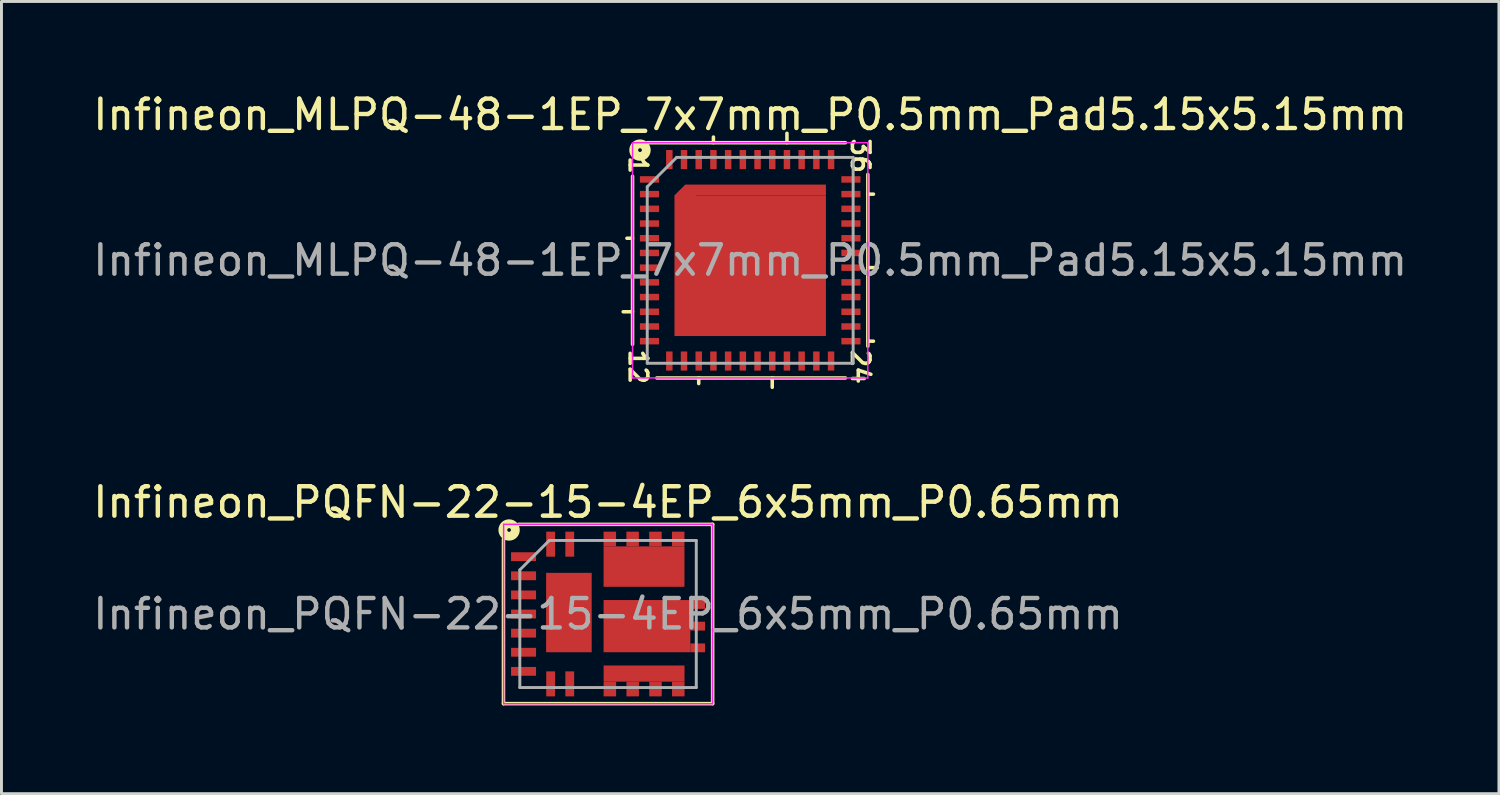
<source format=kicad_pcb>
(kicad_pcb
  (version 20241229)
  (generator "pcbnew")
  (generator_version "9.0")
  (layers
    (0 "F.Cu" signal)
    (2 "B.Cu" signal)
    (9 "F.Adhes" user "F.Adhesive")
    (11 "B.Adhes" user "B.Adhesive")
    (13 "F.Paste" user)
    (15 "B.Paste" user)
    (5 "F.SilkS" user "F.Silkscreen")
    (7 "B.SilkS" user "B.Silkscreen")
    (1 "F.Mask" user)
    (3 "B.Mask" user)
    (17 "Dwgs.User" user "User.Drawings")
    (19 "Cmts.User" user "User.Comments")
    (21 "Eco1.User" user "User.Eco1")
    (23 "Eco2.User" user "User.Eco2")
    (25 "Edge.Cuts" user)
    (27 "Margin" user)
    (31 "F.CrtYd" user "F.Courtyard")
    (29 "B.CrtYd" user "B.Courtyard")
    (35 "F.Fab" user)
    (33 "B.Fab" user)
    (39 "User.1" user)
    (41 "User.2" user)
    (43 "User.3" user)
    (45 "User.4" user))
  (footprint "Infineon_PQFN-22-15-4EP_6x5mm_P0.65mm"
    (layer "F.Cu")
    (at 17.625 17.828)
    (property "Reference" "Infineon_PQFN-22-15-4EP_6x5mm_P0.65mm" (at 0 -3.8 0) (layer "F.SilkS") (effects (font (size 1 1) (thickness 0.15))))
    (attr smd)
    (fp_line (start -3.556 -2.54) (end -3.556 3.048) (stroke (width 0.12) (type solid)) (layer "F.SilkS"))
    (fp_line (start -3.556 3.048) (end 3.556 3.048) (stroke (width 0.12) (type solid)) (layer "F.SilkS"))
    (fp_line (start 3.556 -3.048) (end -3.048 -3.048) (stroke (width 0.12) (type solid)) (layer "F.SilkS"))
    (fp_line (start 3.556 3.048) (end 3.556 -3.048) (stroke (width 0.12) (type solid)) (layer "F.SilkS"))
    (fp_circle (center -3.365 -2.857) (end -3.302 -2.857) (stroke (width 0.3) (type solid)) (fill no) (layer "F.SilkS"))
    (fp_line (start -3.55 -3.05) (end -3.55 3.05) (stroke (width 0.05) (type solid)) (layer "F.CrtYd"))
    (fp_line (start -3.55 3.05) (end 3.55 3.05) (stroke (width 0.05) (type solid)) (layer "F.CrtYd"))
    (fp_line (start 3.55 -3.05) (end -3.55 -3.05) (stroke (width 0.05) (type solid)) (layer "F.CrtYd"))
    (fp_line (start 3.55 3.05) (end 3.55 -3.05) (stroke (width 0.05) (type solid)) (layer "F.CrtYd"))
    (fp_line (start -3 2.5) (end -3 -1.5) (stroke (width 0.1) (type solid)) (layer "F.Fab"))
    (fp_line (start -2 -2.5) (end -3 -1.5) (stroke (width 0.1) (type solid)) (layer "F.Fab"))
    (fp_line (start -2 -2.5) (end 3 -2.5) (stroke (width 0.1) (type solid)) (layer "F.Fab"))
    (fp_line (start 3 -2.5) (end 3 2.5) (stroke (width 0.1) (type solid)) (layer "F.Fab"))
    (fp_line (start 3 2.5) (end -3 2.5) (stroke (width 0.1) (type solid)) (layer "F.Fab"))
    (fp_text user "${REFERENCE}" (at 0 0 0) (layer "F.Fab") (effects (font (size 1 1) (thickness 0.15))))
    (pad "" smd rect (at -2.873 -1.95) (size 0.8 0.27) (layers "F.Paste"))
    (pad "" smd rect (at -2.873 -1.3) (size 0.8 0.27) (layers "F.Paste"))
    (pad "" smd rect (at -2.873 -0.65) (size 0.8 0.27) (layers "F.Paste"))
    (pad "" smd rect (at -2.873 0) (size 0.8 0.27) (layers "F.Paste"))
    (pad "" smd rect (at -2.873 0.65) (size 0.8 0.27) (layers "F.Paste"))
    (pad "" smd rect (at -2.873 1.3) (size 0.8 0.27) (layers "F.Paste"))
    (pad "" smd rect (at -2.873 1.95) (size 0.8 0.27) (layers "F.Paste"))
    (pad "" smd rect (at -1.952 -2.37) (size 0.27 0.8) (layers "F.Paste"))
    (pad "" smd rect (at -1.952 2.37) (size 0.27 0.8) (layers "F.Paste"))
    (pad "" smd rect (at -1.752 -0.795) (size 0.7 1.22) (layers "F.Paste"))
    (pad "" smd rect (at -1.752 0.695) (size 0.7 1.22) (layers "F.Paste"))
    (pad "" smd rect (at -1.302 -2.37) (size 0.27 0.8) (layers "F.Paste"))
    (pad "" smd rect (at -1.302 2.37) (size 0.27 0.8) (layers "F.Paste"))
    (pad "" smd rect (at -0.902 -0.795) (size 0.7 1.22) (layers "F.Paste"))
    (pad "" smd rect (at -0.902 0.695) (size 0.7 1.22) (layers "F.Paste"))
    (pad "" smd rect (at 0.06 -2.4) (size 0.425 0.625) (layers "F.Paste"))
    (pad "" smd rect (at 0.062 2.22) (size 0.425 0.95) (layers "F.Paste"))
    (pad "" smd rect (at 0.468 0.412) (size 1.24 1.78) (layers "F.Paste"))
    (pad "" smd rect (at 0.527 -1.45) (size 1.25 0.96) (layers "F.Paste"))
    (pad "" smd rect (at 0.836 -2.4) (size 0.425 0.625) (layers "F.Paste"))
    (pad "" smd rect (at 0.838 2.22) (size 0.425 0.95) (layers "F.Paste"))
    (pad "" smd rect (at 1.611 -2.4) (size 0.425 0.625) (layers "F.Paste"))
    (pad "" smd rect (at 1.613 2.22) (size 0.425 0.95) (layers "F.Paste"))
    (pad "" smd rect (at 1.847 0.412) (size 1.24 1.78) (layers "F.Paste"))
    (pad "" smd rect (at 1.927 -1.45) (size 1.25 0.96) (layers "F.Paste"))
    (pad "" smd rect (at 2.385 -2.4) (size 0.425 0.625) (layers "F.Paste"))
    (pad "" smd rect (at 2.388 2.22) (size 0.425 0.95) (layers "F.Paste"))
    (pad "" smd rect (at 2.908 -0.328) (size 0.625 0.29) (layers "F.Paste"))
    (pad "" smd rect (at 2.908 0.412) (size 0.625 0.29) (layers "F.Paste"))
    (pad "" smd rect (at 2.908 1.153) (size 0.625 0.29) (layers "F.Paste"))
    (pad "1" smd rect (at -2.873 -1.95) (size 0.85 0.3) (layers "F.Cu" "F.Mask"))
    (pad "2" smd rect (at -2.873 -1.3) (size 0.85 0.3) (layers "F.Cu" "F.Mask"))
    (pad "3" smd rect (at -2.873 -0.65) (size 0.85 0.3) (layers "F.Cu" "F.Mask"))
    (pad "4" smd rect (at -2.873 0) (size 0.85 0.3) (layers "F.Cu" "F.Mask"))
    (pad "5" smd rect (at -2.873 0.65) (size 0.85 0.3) (layers "F.Cu" "F.Mask"))
    (pad "6" smd rect (at -2.873 1.3) (size 0.85 0.3) (layers "F.Cu" "F.Mask"))
    (pad "7" smd rect (at -2.873 1.95) (size 0.85 0.3) (layers "F.Cu" "F.Mask"))
    (pad "8" smd rect (at -1.952 2.375) (size 0.3 0.85) (layers "F.Cu" "F.Mask"))
    (pad "9" smd rect (at -1.302 2.375) (size 0.3 0.85) (layers "F.Cu" "F.Mask"))
    (pad "10" smd rect (at 0.062 2.55) (size 0.425 0.5) (layers "F.Cu" "F.Mask"))
    (pad "10" smd rect (at 0.838 2.55) (size 0.425 0.5) (layers "F.Cu" "F.Mask"))
    (pad "10" smd rect (at 1.225 2.025) (size 2.75 0.55) (layers "F.Cu" "F.Mask"))
    (pad "10" smd rect (at 1.613 2.55) (size 0.425 0.5) (layers "F.Cu" "F.Mask"))
    (pad "10" smd rect (at 2.388 2.55) (size 0.425 0.5) (layers "F.Cu" "F.Mask"))
    (pad "11" smd rect (at 1.323 0.412) (size 2.95 1.775) (layers "F.Cu" "F.Mask"))
    (pad "11" smd rect (at 3.047 -0.325) (size 0.5 0.299) (layers "F.Cu" "F.Mask"))
    (pad "11" smd rect (at 3.047 0.412) (size 0.5 0.3) (layers "F.Cu" "F.Mask"))
    (pad "11" smd rect (at 3.047 1.15) (size 0.5 0.299) (layers "F.Cu" "F.Mask"))
    (pad "12" smd rect (at 0.06 -2.55) (size 0.425 0.5) (layers "F.Cu" "F.Mask"))
    (pad "12" smd rect (at 0.836 -2.55) (size 0.425 0.5) (layers "F.Cu" "F.Mask"))
    (pad "12" smd rect (at 1.223 -1.613) (size 2.75 1.375) (layers "F.Cu" "F.Mask"))
    (pad "12" smd rect (at 1.611 -2.55) (size 0.425 0.5) (layers "F.Cu" "F.Mask"))
    (pad "12" smd rect (at 2.385 -2.55) (size 0.425 0.5) (layers "F.Cu" "F.Mask"))
    (pad "13" smd rect (at -1.302 -2.375) (size 0.3 0.85) (layers "F.Cu" "F.Mask"))
    (pad "14" smd rect (at -1.952 -2.375) (size 0.3 0.85) (layers "F.Cu" "F.Mask"))
    (pad "15" smd rect (at -1.331 -0.05) (size 1.55 2.7) (layers "F.Cu" "F.Mask")))
  (footprint "Infineon_MLPQ-48-1EP_7x7mm_P0.5mm_Pad5.15x5.15mm"
    (layer "F.Cu")
    (at 22.458 5.801)
    (property "Reference" "Infineon_MLPQ-48-1EP_7x7mm_P0.5mm_Pad5.15x5.15mm" (at 0 -4.953 0) (layer "F.SilkS") (effects (font (size 1 1) (thickness 0.15))))
    (attr smd)
    (fp_line (start -4.318 1.75) (end -4 1.75) (stroke (width 0.12) (type solid)) (layer "F.SilkS"))
    (fp_line (start -4.191 -0.75) (end -4 -0.75) (stroke (width 0.12) (type solid)) (layer "F.SilkS"))
    (fp_line (start -4 -2.857) (end -4 2.857) (stroke (width 0.12) (type solid)) (layer "F.SilkS"))
    (fp_line (start -3.175 4) (end 3.239 4) (stroke (width 0.12) (type solid)) (layer "F.SilkS"))
    (fp_line (start -1.75 4.191) (end -1.75 4) (stroke (width 0.12) (type solid)) (layer "F.SilkS"))
    (fp_line (start -1.25 -4.191) (end -1.25 -4) (stroke (width 0.12) (type solid)) (layer "F.SilkS"))
    (fp_line (start 0.75 4.318) (end 0.75 4) (stroke (width 0.12) (type solid)) (layer "F.SilkS"))
    (fp_line (start 1.25 -4.318) (end 1.25 -4) (stroke (width 0.12) (type solid)) (layer "F.SilkS"))
    (fp_line (start 3.239 -4) (end -3.493 -4) (stroke (width 0.12) (type solid)) (layer "F.SilkS"))
    (fp_line (start 4 2.921) (end 4 -2.921) (stroke (width 0.12) (type solid)) (layer "F.SilkS"))
    (fp_line (start 4.191 -2.25) (end 4 -2.25) (stroke (width 0.12) (type solid)) (layer "F.SilkS"))
    (fp_line (start 4.191 2.75) (end 4 2.75) (stroke (width 0.12) (type solid)) (layer "F.SilkS"))
    (fp_line (start 4.318 0.25) (end 4 0.25) (stroke (width 0.12) (type solid)) (layer "F.SilkS"))
    (fp_circle (center -3.747 -3.747) (end -3.683 -3.747) (stroke (width 0.3) (type solid)) (fill no) (layer "F.SilkS"))
    (fp_line (start -4 -4) (end -4 4) (stroke (width 0.05) (type solid)) (layer "F.CrtYd"))
    (fp_line (start -4 4) (end 4 4) (stroke (width 0.05) (type solid)) (layer "F.CrtYd"))
    (fp_line (start 4 -4) (end -4 -4) (stroke (width 0.05) (type solid)) (layer "F.CrtYd"))
    (fp_line (start 4 4) (end 4 -4) (stroke (width 0.05) (type solid)) (layer "F.CrtYd"))
    (fp_line (start -3.5 3.5) (end -3.5 -2.5) (stroke (width 0.1) (type solid)) (layer "F.Fab"))
    (fp_line (start -2.5 -3.5) (end -3.5 -2.5) (stroke (width 0.1) (type solid)) (layer "F.Fab"))
    (fp_line (start 3.5 -3.5) (end -2.5 -3.5) (stroke (width 0.1) (type solid)) (layer "F.Fab"))
    (fp_line (start 3.5 -3.5) (end 3.5 3.5) (stroke (width 0.1) (type solid)) (layer "F.Fab"))
    (fp_line (start 3.5 3.5) (end -3.5 3.5) (stroke (width 0.1) (type solid)) (layer "F.Fab"))
    (fp_text user "12" (at -3.81 3.619 270) (unlocked yes) (layer "F.SilkS") (effects (font (size 0.6 0.6) (thickness 0.12))))
    (fp_text user "1" (at -3.81 -3.239 270) (unlocked yes) (layer "F.SilkS") (effects (font (size 0.6 0.6) (thickness 0.12))))
    (fp_text user "36" (at 3.747 -3.556 270) (unlocked yes) (layer "F.SilkS") (effects (font (size 0.6 0.6) (thickness 0.12))))
    (fp_text user "24" (at 3.747 3.619 270) (unlocked yes) (layer "F.SilkS") (effects (font (size 0.6 0.6) (thickness 0.12))))
    (fp_text user "${REFERENCE}" (at 0 0 0) (layer "F.Fab") (effects (font (size 1 1) (thickness 0.15))))
    (pad "" smd rect (at -3.425 -2.75) (size 0.55 0.22) (layers "F.Paste"))
    (pad "" smd rect (at -3.425 -2.25) (size 0.55 0.22) (layers "F.Paste"))
    (pad "" smd rect (at -3.425 -1.75) (size 0.55 0.22) (layers "F.Paste"))
    (pad "" smd rect (at -3.425 -1.25) (size 0.55 0.22) (layers "F.Paste"))
    (pad "" smd rect (at -3.425 -0.75) (size 0.55 0.22) (layers "F.Paste"))
    (pad "" smd rect (at -3.425 -0.25) (size 0.55 0.22) (layers "F.Paste"))
    (pad "" smd rect (at -3.425 0.25) (size 0.55 0.22) (layers "F.Paste"))
    (pad "" smd rect (at -3.425 0.75) (size 0.55 0.22) (layers "F.Paste"))
    (pad "" smd rect (at -3.425 1.25) (size 0.55 0.22) (layers "F.Paste"))
    (pad "" smd rect (at -3.425 1.75) (size 0.55 0.22) (layers "F.Paste"))
    (pad "" smd rect (at -3.425 2.25) (size 0.55 0.22) (layers "F.Paste"))
    (pad "" smd rect (at -3.425 2.75) (size 0.55 0.22) (layers "F.Paste"))
    (pad "" smd rect (at -2.75 -3.425) (size 0.22 0.55) (layers "F.Paste"))
    (pad "" smd rect (at -2.75 3.425) (size 0.22 0.55) (layers "F.Paste"))
    (pad "" smd rect (at -2.25 -3.425) (size 0.22 0.55) (layers "F.Paste"))
    (pad "" smd rect (at -2.25 3.425) (size 0.22 0.55) (layers "F.Paste"))
    (pad "" smd rect (at -2.186 -2.186 45) (size 0.479 0.479) (layers "F.Paste"))
    (pad "" smd rect (at -2.025 -1.855) (size 1 0.661) (layers "F.Paste"))
    (pad "" smd rect (at -2.025 -0.675) (size 1 1) (layers "F.Paste"))
    (pad "" smd rect (at -2.025 0.675) (size 1 1) (layers "F.Paste"))
    (pad "" smd rect (at -2.025 2.025) (size 1 1) (layers "F.Paste"))
    (pad "" smd rect (at -1.855 -2.356) (size 0.661 0.339) (layers "F.Paste"))
    (pad "" smd rect (at -1.75 -3.425) (size 0.22 0.55) (layers "F.Paste"))
    (pad "" smd rect (at -1.75 3.425) (size 0.22 0.55) (layers "F.Paste"))
    (pad "" smd rect (at -1.25 -3.425) (size 0.22 0.55) (layers "F.Paste"))
    (pad "" smd rect (at -1.25 3.425) (size 0.22 0.55) (layers "F.Paste"))
    (pad "" smd rect (at -0.75 -3.425) (size 0.22 0.55) (layers "F.Paste"))
    (pad "" smd rect (at -0.75 3.425) (size 0.22 0.55) (layers "F.Paste"))
    (pad "" smd rect (at -0.675 -2.025) (size 1 1) (layers "F.Paste"))
    (pad "" smd rect (at -0.675 -0.675) (size 1 1) (layers "F.Paste"))
    (pad "" smd rect (at -0.675 0.675) (size 1 1) (layers "F.Paste"))
    (pad "" smd rect (at -0.675 2.025) (size 1 1) (layers "F.Paste"))
    (pad "" smd rect (at -0.25 -3.425) (size 0.22 0.55) (layers "F.Paste"))
    (pad "" smd rect (at -0.25 3.425) (size 0.22 0.55) (layers "F.Paste"))
    (pad "" smd rect (at 0.25 -3.425) (size 0.22 0.55) (layers "F.Paste"))
    (pad "" smd rect (at 0.25 3.425) (size 0.22 0.55) (layers "F.Paste"))
    (pad "" smd rect (at 0.675 -2.025) (size 1 1) (layers "F.Paste"))
    (pad "" smd rect (at 0.675 -0.675) (size 1 1) (layers "F.Paste"))
    (pad "" smd rect (at 0.675 0.675) (size 1 1) (layers "F.Paste"))
    (pad "" smd rect (at 0.675 2.025) (size 1 1) (layers "F.Paste"))
    (pad "" smd rect (at 0.75 -3.425) (size 0.22 0.55) (layers "F.Paste"))
    (pad "" smd rect (at 0.75 3.425) (size 0.22 0.55) (layers "F.Paste"))
    (pad "" smd rect (at 1.25 -3.425) (size 0.22 0.55) (layers "F.Paste"))
    (pad "" smd rect (at 1.25 3.425) (size 0.22 0.55) (layers "F.Paste"))
    (pad "" smd rect (at 1.75 -3.425) (size 0.22 0.55) (layers "F.Paste"))
    (pad "" smd rect (at 1.75 3.425) (size 0.22 0.55) (layers "F.Paste"))
    (pad "" smd rect (at 2.025 -2.025) (size 1 1) (layers "F.Paste"))
    (pad "" smd rect (at 2.025 -0.675) (size 1 1) (layers "F.Paste"))
    (pad "" smd rect (at 2.025 0.675) (size 1 1) (layers "F.Paste"))
    (pad "" smd rect (at 2.025 2.025) (size 1 1) (layers "F.Paste"))
    (pad "" smd rect (at 2.25 -3.425) (size 0.22 0.55) (layers "F.Paste"))
    (pad "" smd rect (at 2.25 3.425) (size 0.22 0.55) (layers "F.Paste"))
    (pad "" smd rect (at 2.75 -3.425) (size 0.22 0.55) (layers "F.Paste"))
    (pad "" smd rect (at 2.75 3.425) (size 0.22 0.55) (layers "F.Paste"))
    (pad "" smd rect (at 3.425 -2.75) (size 0.55 0.22) (layers "F.Paste"))
    (pad "" smd rect (at 3.425 -2.25) (size 0.55 0.22) (layers "F.Paste"))
    (pad "" smd rect (at 3.425 -1.75) (size 0.55 0.22) (layers "F.Paste"))
    (pad "" smd rect (at 3.425 -1.25) (size 0.55 0.22) (layers "F.Paste"))
    (pad "" smd rect (at 3.425 -0.75) (size 0.55 0.22) (layers "F.Paste"))
    (pad "" smd rect (at 3.425 -0.25) (size 0.55 0.22) (layers "F.Paste"))
    (pad "" smd rect (at 3.425 0.25) (size 0.55 0.22) (layers "F.Paste"))
    (pad "" smd rect (at 3.425 0.75) (size 0.55 0.22) (layers "F.Paste"))
    (pad "" smd rect (at 3.425 1.25) (size 0.55 0.22) (layers "F.Paste"))
    (pad "" smd rect (at 3.425 1.75) (size 0.55 0.22) (layers "F.Paste"))
    (pad "" smd rect (at 3.425 2.25) (size 0.55 0.22) (layers "F.Paste"))
    (pad "" smd rect (at 3.425 2.75) (size 0.55 0.22) (layers "F.Paste"))
    (pad "1" smd rect (at -3.425 -2.75) (size 0.65 0.22) (layers "F.Cu" "F.Mask"))
    (pad "2" smd rect (at -3.425 -2.25) (size 0.65 0.22) (layers "F.Cu" "F.Mask"))
    (pad "3" smd rect (at -3.425 -1.75) (size 0.65 0.22) (layers "F.Cu" "F.Mask"))
    (pad "4" smd rect (at -3.425 -1.25) (size 0.65 0.22) (layers "F.Cu" "F.Mask"))
    (pad "5" smd rect (at -3.425 -0.75) (size 0.65 0.22) (layers "F.Cu" "F.Mask"))
    (pad "6" smd rect (at -3.425 -0.25) (size 0.65 0.22) (layers "F.Cu" "F.Mask"))
    (pad "7" smd rect (at -3.425 0.25) (size 0.65 0.22) (layers "F.Cu" "F.Mask"))
    (pad "8" smd rect (at -3.425 0.75) (size 0.65 0.22) (layers "F.Cu" "F.Mask"))
    (pad "9" smd rect (at -3.425 1.25) (size 0.65 0.22) (layers "F.Cu" "F.Mask"))
    (pad "10" smd rect (at -3.425 1.75) (size 0.65 0.22) (layers "F.Cu" "F.Mask"))
    (pad "11" smd rect (at -3.425 2.25) (size 0.65 0.22) (layers "F.Cu" "F.Mask"))
    (pad "12" smd rect (at -3.425 2.75) (size 0.65 0.22) (layers "F.Cu" "F.Mask"))
    (pad "13" smd rect (at -2.75 3.425) (size 0.22 0.65) (layers "F.Cu" "F.Mask"))
    (pad "14" smd rect (at -2.25 3.425) (size 0.22 0.65) (layers "F.Cu" "F.Mask"))
    (pad "15" smd rect (at -1.75 3.425) (size 0.22 0.65) (layers "F.Cu" "F.Mask"))
    (pad "16" smd rect (at -1.25 3.425) (size 0.22 0.65) (layers "F.Cu" "F.Mask"))
    (pad "17" smd rect (at -0.75 3.425) (size 0.22 0.65) (layers "F.Cu" "F.Mask"))
    (pad "18" smd rect (at -0.25 3.425) (size 0.22 0.65) (layers "F.Cu" "F.Mask"))
    (pad "19" smd rect (at 0.25 3.425) (size 0.22 0.65) (layers "F.Cu" "F.Mask"))
    (pad "20" smd rect (at 0.75 3.425) (size 0.22 0.65) (layers "F.Cu" "F.Mask"))
    (pad "21" smd rect (at 1.25 3.425) (size 0.22 0.65) (layers "F.Cu" "F.Mask"))
    (pad "22" smd rect (at 1.75 3.425) (size 0.22 0.65) (layers "F.Cu" "F.Mask"))
    (pad "23" smd rect (at 2.25 3.425) (size 0.22 0.65) (layers "F.Cu" "F.Mask"))
    (pad "24" smd rect (at 2.75 3.425) (size 0.22 0.65) (layers "F.Cu" "F.Mask"))
    (pad "25" smd rect (at 3.425 2.75) (size 0.65 0.22) (layers "F.Cu" "F.Mask"))
    (pad "26" smd rect (at 3.425 2.25) (size 0.65 0.22) (layers "F.Cu" "F.Mask"))
    (pad "27" smd rect (at 3.425 1.75) (size 0.65 0.22) (layers "F.Cu" "F.Mask"))
    (pad "28" smd rect (at 3.425 1.25) (size 0.65 0.22) (layers "F.Cu" "F.Mask"))
    (pad "29" smd rect (at 3.425 0.75) (size 0.65 0.22) (layers "F.Cu" "F.Mask"))
    (pad "30" smd rect (at 3.425 0.25) (size 0.65 0.22) (layers "F.Cu" "F.Mask"))
    (pad "31" smd rect (at 3.425 -0.25) (size 0.65 0.22) (layers "F.Cu" "F.Mask"))
    (pad "32" smd rect (at 3.425 -0.75) (size 0.65 0.22) (layers "F.Cu" "F.Mask"))
    (pad "33" smd rect (at 3.425 -1.25) (size 0.65 0.22) (layers "F.Cu" "F.Mask"))
    (pad "34" smd rect (at 3.425 -1.75) (size 0.65 0.22) (layers "F.Cu" "F.Mask"))
    (pad "35" smd rect (at 3.425 -2.25) (size 0.65 0.22) (layers "F.Cu" "F.Mask"))
    (pad "36" smd rect (at 3.425 -2.75) (size 0.65 0.22) (layers "F.Cu" "F.Mask"))
    (pad "37" smd rect (at 2.75 -3.425) (size 0.22 0.65) (layers "F.Cu" "F.Mask"))
    (pad "38" smd rect (at 2.25 -3.425) (size 0.22 0.65) (layers "F.Cu" "F.Mask"))
    (pad "39" smd rect (at 1.75 -3.425) (size 0.22 0.65) (layers "F.Cu" "F.Mask"))
    (pad "40" smd rect (at 1.25 -3.425) (size 0.22 0.65) (layers "F.Cu" "F.Mask"))
    (pad "41" smd rect (at 0.75 -3.425) (size 0.22 0.65) (layers "F.Cu" "F.Mask"))
    (pad "42" smd rect (at 0.25 -3.425) (size 0.22 0.65) (layers "F.Cu" "F.Mask"))
    (pad "43" smd rect (at -0.25 -3.425) (size 0.22 0.65) (layers "F.Cu" "F.Mask"))
    (pad "44" smd rect (at -0.75 -3.425) (size 0.22 0.65) (layers "F.Cu" "F.Mask"))
    (pad "45" smd rect (at -1.25 -3.425) (size 0.22 0.65) (layers "F.Cu" "F.Mask"))
    (pad "46" smd rect (at -1.75 -3.425) (size 0.22 0.65) (layers "F.Cu" "F.Mask"))
    (pad "47" smd rect (at -2.25 -3.425) (size 0.22 0.65) (layers "F.Cu" "F.Mask"))
    (pad "48" smd rect (at -2.75 -3.425) (size 0.22 0.65) (layers "F.Cu" "F.Mask"))
    (pad "49" smd rect (at -2.207 -2.207 45) (size 0.52 0.52) (layers "F.Cu" "F.Mask"))
    (pad "49" smd rect (at 0 0.184) (size 5.15 4.782) (layers "F.Cu" "F.Mask"))
    (pad "49" smd rect (at 0.184 -2.391) (size 4.782 0.368) (layers "F.Cu" "F.Mask")))
  (gr_rect
    (start -3 -3)
    (end 47.917 23.936)
    (stroke (width 0.1) (type default))
    (fill no)
    (layer "Edge.Cuts")))
</source>
